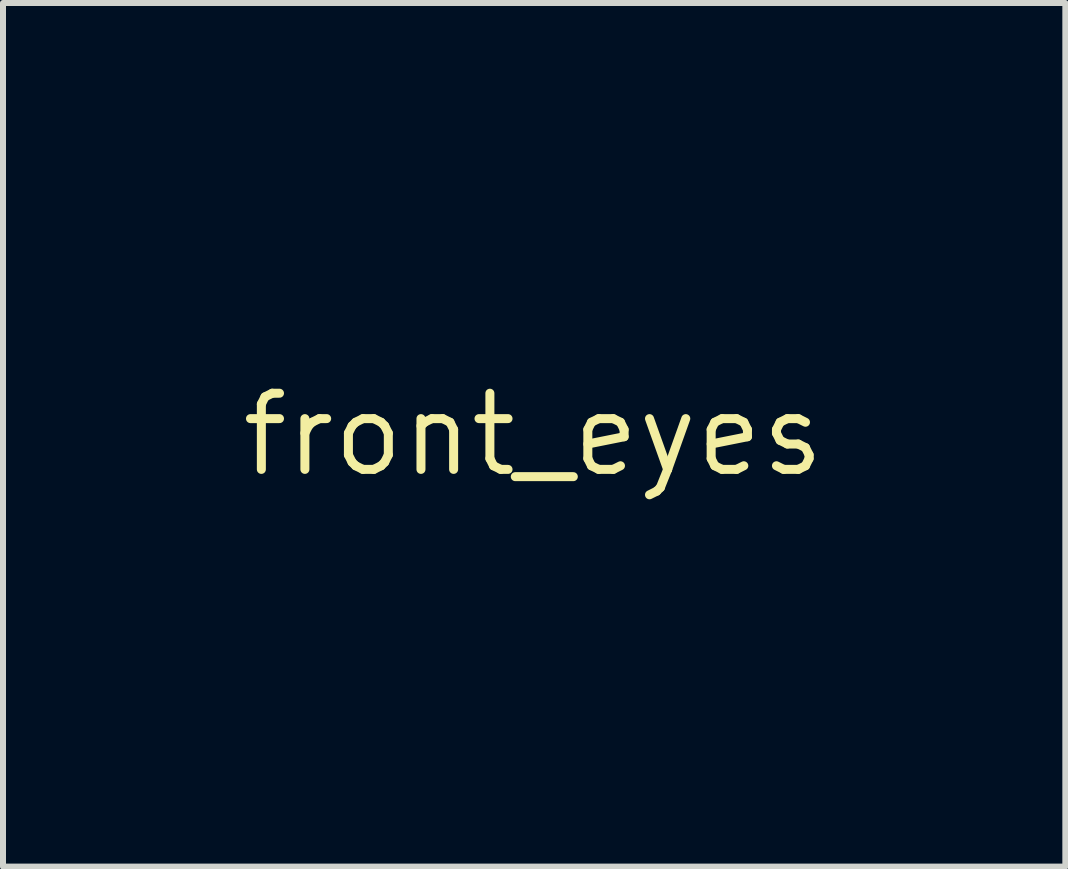
<source format=kicad_pcb>
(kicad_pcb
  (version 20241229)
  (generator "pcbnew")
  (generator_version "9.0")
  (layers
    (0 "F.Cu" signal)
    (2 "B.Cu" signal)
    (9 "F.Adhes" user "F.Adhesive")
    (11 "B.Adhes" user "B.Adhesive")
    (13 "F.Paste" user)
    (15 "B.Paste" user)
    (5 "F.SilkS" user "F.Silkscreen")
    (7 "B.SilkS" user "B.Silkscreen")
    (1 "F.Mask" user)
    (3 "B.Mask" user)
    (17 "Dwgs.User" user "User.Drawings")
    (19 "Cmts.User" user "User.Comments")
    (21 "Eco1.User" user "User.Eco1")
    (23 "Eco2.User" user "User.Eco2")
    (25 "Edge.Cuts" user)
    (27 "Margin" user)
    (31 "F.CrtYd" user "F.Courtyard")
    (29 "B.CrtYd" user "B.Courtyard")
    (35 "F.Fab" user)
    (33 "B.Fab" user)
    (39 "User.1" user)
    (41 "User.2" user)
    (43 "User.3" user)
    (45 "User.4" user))
  (footprint "front_eyes"
    (layer "F.Cu")
    (at 5.843 4.196)
    (property "Reference" "front_eyes" (at 0 0 0) (layer "F.SilkS") (effects (font (size 1.27 1.27) (thickness 0.15))))
    (attr through_hole)
    (fp_poly (pts (xy 0.105 0.442) (xy 0.194 0.5) (xy 0.293 0.596) (xy 0.403 0.732) (xy 0.523 0.906) (xy 0.654 1.121) (xy 0.796 1.375) (xy 0.95 1.67) (xy 1.019 1.808) (xy 1.166 2.116) (xy 1.294 2.407) (xy 1.401 2.678) (xy 1.487 2.925) (xy 1.551 3.146) (xy 1.591 3.338) (xy 1.602 3.431) (xy 1.607 3.517) (xy 1.6 3.583) (xy 1.578 3.649) (xy 1.56 3.689) (xy 1.513 3.774) (xy 1.452 3.862) (xy 1.418 3.903) (xy 1.329 3.987) (xy 1.225 4.064) (xy 1.118 4.128) (xy 1.019 4.171) (xy 0.955 4.187) (xy 0.86 4.197) (xy 0.562 3.888) (xy 0.43 3.751) (xy 0.323 3.643) (xy 0.235 3.562) (xy 0.163 3.508) (xy 0.1 3.48) (xy 0.043 3.475) (xy -0.014 3.494) (xy -0.075 3.534) (xy -0.146 3.595) (xy -0.232 3.675) (xy -0.246 3.688) (xy -0.405 3.835) (xy -0.538 3.954) (xy -0.648 4.045) (xy -0.738 4.113) (xy -0.812 4.158) (xy -0.872 4.183) (xy -0.921 4.191) (xy -0.972 4.182) (xy -1.046 4.157) (xy -1.129 4.121) (xy -1.144 4.113) (xy -1.275 4.037) (xy -1.388 3.948) (xy -1.476 3.854) (xy -1.533 3.762) (xy -1.545 3.727) (xy -1.56 3.636) (xy -1.568 3.518) (xy -1.567 3.386) (xy -1.559 3.254) (xy -1.546 3.151) (xy -1.482 2.872) (xy -1.388 2.575) (xy -1.265 2.263) (xy -1.117 1.945) (xy -0.946 1.624) (xy -0.756 1.308) (xy -0.548 1.001) (xy -0.432 0.846) (xy -0.306 0.688) (xy -0.196 0.567) (xy -0.104 0.484) (xy -0.027 0.436) (xy 0.026 0.423) (xy 0.105 0.442)) (stroke (width 0.01) (type solid)) (fill yes) (layer "F.Mask"))
    (fp_poly (pts (xy 2.141 -4.185) (xy 2.262 -4.167) (xy 2.394 -4.134) (xy 2.545 -4.084) (xy 2.721 -4.017) (xy 2.873 -3.953) (xy 3.228 -3.8) (xy 3.493 -3.801) (xy 3.606 -3.802) (xy 3.748 -3.803) (xy 3.904 -3.806) (xy 4.06 -3.809) (xy 4.149 -3.811) (xy 4.54 -3.821) (xy 4.72 -3.734) (xy 4.861 -3.659) (xy 4.984 -3.577) (xy 5.093 -3.482) (xy 5.193 -3.369) (xy 5.29 -3.232) (xy 5.388 -3.066) (xy 5.491 -2.868) (xy 5.609 -2.618) (xy 5.702 -2.393) (xy 5.771 -2.185) (xy 5.82 -1.985) (xy 5.849 -1.787) (xy 5.862 -1.582) (xy 5.863 -1.506) (xy 5.861 -1.366) (xy 5.852 -1.231) (xy 5.837 -1.093) (xy 5.813 -0.943) (xy 5.779 -0.773) (xy 5.735 -0.574) (xy 5.715 -0.489) (xy 5.667 -0.277) (xy 5.626 -0.085) (xy 5.593 0.095) (xy 5.566 0.273) (xy 5.543 0.46) (xy 5.522 0.663) (xy 5.503 0.895) (xy 5.493 1.037) (xy 5.478 1.232) (xy 5.465 1.391) (xy 5.45 1.517) (xy 5.433 1.616) (xy 5.413 1.693) (xy 5.387 1.753) (xy 5.355 1.802) (xy 5.316 1.845) (xy 5.267 1.886) (xy 5.257 1.893) (xy 5.196 1.935) (xy 5.139 1.959) (xy 5.077 1.964) (xy 5 1.952) (xy 4.898 1.923) (xy 4.852 1.908) (xy 4.754 1.87) (xy 4.668 1.823) (xy 4.592 1.764) (xy 4.522 1.687) (xy 4.456 1.589) (xy 4.389 1.465) (xy 4.32 1.31) (xy 4.244 1.12) (xy 4.212 1.037) (xy 4.118 0.798) (xy 4.029 0.598) (xy 3.945 0.434) (xy 3.863 0.304) (xy 3.784 0.204) (xy 3.769 0.189) (xy 3.684 0.114) (xy 3.596 0.057) (xy 3.497 0.018) (xy 3.381 -0.006) (xy 3.242 -0.016) (xy 3.074 -0.012) (xy 2.915 -0.001) (xy 2.782 0.01) (xy 2.677 0.015) (xy 2.591 0.011) (xy 2.518 -0.004) (xy 2.448 -0.033) (xy 2.375 -0.079) (xy 2.289 -0.146) (xy 2.184 -0.236) (xy 2.115 -0.296) (xy 2.054 -0.349) (xy 2.021 -0.9) (xy 2.005 -1.155) (xy 1.989 -1.374) (xy 1.973 -1.564) (xy 1.956 -1.729) (xy 1.936 -1.877) (xy 1.913 -2.013) (xy 1.885 -2.144) (xy 1.852 -2.276) (xy 1.812 -2.415) (xy 1.765 -2.567) (xy 1.735 -2.659) (xy 1.656 -2.908) (xy 1.593 -3.122) (xy 1.547 -3.305) (xy 1.515 -3.461) (xy 1.499 -3.594) (xy 1.496 -3.708) (xy 1.507 -3.807) (xy 1.532 -3.894) (xy 1.554 -3.946) (xy 1.616 -4.046) (xy 1.692 -4.118) (xy 1.789 -4.163) (xy 1.914 -4.186) (xy 2.026 -4.191) (xy 2.141 -4.185)) (stroke (width 0.01) (type solid)) (fill yes) (layer "F.Mask"))
    (fp_poly (pts (xy -1.918 -4.16) (xy -1.778 -4.112) (xy -1.666 -4.033) (xy -1.582 -3.925) (xy -1.529 -3.789) (xy -1.505 -3.626) (xy -1.513 -3.437) (xy -1.535 -3.302) (xy -1.552 -3.226) (xy -1.581 -3.12) (xy -1.618 -2.992) (xy -1.661 -2.852) (xy -1.706 -2.709) (xy -1.716 -2.678) (xy -1.774 -2.499) (xy -1.82 -2.353) (xy -1.856 -2.23) (xy -1.884 -2.124) (xy -1.904 -2.025) (xy -1.919 -1.927) (xy -1.929 -1.82) (xy -1.937 -1.697) (xy -1.943 -1.549) (xy -1.948 -1.425) (xy -1.958 -1.177) (xy -1.972 -0.966) (xy -1.989 -0.789) (xy -2.011 -0.64) (xy -2.039 -0.516) (xy -2.075 -0.411) (xy -2.119 -0.32) (xy -2.172 -0.241) (xy -2.237 -0.167) (xy -2.282 -0.122) (xy -2.343 -0.069) (xy -2.402 -0.031) (xy -2.466 -0.005) (xy -2.543 0.01) (xy -2.641 0.015) (xy -2.768 0.012) (xy -2.881 0.006) (xy -3.093 -0.003) (xy -3.269 -0.002) (xy -3.415 0.011) (xy -3.537 0.037) (xy -3.64 0.077) (xy -3.73 0.133) (xy -3.813 0.206) (xy -3.837 0.231) (xy -3.899 0.303) (xy -3.955 0.38) (xy -4.008 0.47) (xy -4.064 0.579) (xy -4.125 0.713) (xy -4.194 0.881) (xy -4.202 0.9) (xy -4.301 1.134) (xy -4.399 1.34) (xy -4.494 1.518) (xy -4.584 1.663) (xy -4.667 1.774) (xy -4.743 1.848) (xy -4.778 1.87) (xy -4.855 1.895) (xy -4.956 1.91) (xy -5.067 1.914) (xy -5.172 1.904) (xy -5.173 1.904) (xy -5.279 1.868) (xy -5.362 1.802) (xy -5.415 1.713) (xy -5.417 1.706) (xy -5.435 1.633) (xy -5.451 1.53) (xy -5.465 1.41) (xy -5.476 1.284) (xy -5.482 1.165) (xy -5.482 1.119) (xy -5.488 0.919) (xy -5.506 0.704) (xy -5.537 0.469) (xy -5.583 0.209) (xy -5.642 -0.082) (xy -5.683 -0.265) (xy -5.733 -0.484) (xy -5.771 -0.672) (xy -5.8 -0.836) (xy -5.82 -0.985) (xy -5.833 -1.128) (xy -5.838 -1.273) (xy -5.838 -1.429) (xy -5.836 -1.535) (xy -5.828 -1.719) (xy -5.817 -1.873) (xy -5.799 -2.009) (xy -5.774 -2.139) (xy -5.738 -2.275) (xy -5.7 -2.402) (xy -5.593 -2.692) (xy -5.465 -2.957) (xy -5.317 -3.194) (xy -5.153 -3.395) (xy -5.124 -3.426) (xy -5.054 -3.49) (xy -4.962 -3.566) (xy -4.859 -3.644) (xy -4.773 -3.704) (xy -4.548 -3.855) (xy -3.974 -3.818) (xy -3.778 -3.806) (xy -3.617 -3.798) (xy -3.485 -3.794) (xy -3.376 -3.797) (xy -3.283 -3.805) (xy -3.199 -3.821) (xy -3.118 -3.845) (xy -3.033 -3.877) (xy -2.938 -3.919) (xy -2.862 -3.955) (xy -2.662 -4.044) (xy -2.488 -4.108) (xy -2.331 -4.15) (xy -2.184 -4.172) (xy -2.085 -4.176) (xy -1.918 -4.16)) (stroke (width 0.01) (type solid)) (fill yes) (layer "F.Mask"))
    (fp_poly (pts (xy 0.105 0.442) (xy 0.194 0.5) (xy 0.293 0.596) (xy 0.403 0.732) (xy 0.523 0.906) (xy 0.654 1.121) (xy 0.796 1.375) (xy 0.95 1.67) (xy 1.019 1.808) (xy 1.166 2.116) (xy 1.294 2.407) (xy 1.401 2.678) (xy 1.487 2.925) (xy 1.551 3.146) (xy 1.591 3.338) (xy 1.602 3.431) (xy 1.607 3.517) (xy 1.6 3.583) (xy 1.578 3.649) (xy 1.56 3.689) (xy 1.513 3.774) (xy 1.452 3.862) (xy 1.418 3.903) (xy 1.329 3.987) (xy 1.225 4.064) (xy 1.118 4.128) (xy 1.019 4.171) (xy 0.955 4.187) (xy 0.86 4.197) (xy 0.562 3.888) (xy 0.43 3.751) (xy 0.323 3.643) (xy 0.235 3.562) (xy 0.163 3.508) (xy 0.1 3.48) (xy 0.043 3.475) (xy -0.014 3.494) (xy -0.075 3.534) (xy -0.146 3.595) (xy -0.232 3.675) (xy -0.246 3.688) (xy -0.405 3.835) (xy -0.538 3.954) (xy -0.648 4.045) (xy -0.738 4.113) (xy -0.812 4.158) (xy -0.872 4.183) (xy -0.921 4.191) (xy -0.972 4.182) (xy -1.046 4.157) (xy -1.129 4.121) (xy -1.144 4.113) (xy -1.275 4.037) (xy -1.388 3.948) (xy -1.476 3.854) (xy -1.533 3.762) (xy -1.545 3.727) (xy -1.56 3.636) (xy -1.568 3.518) (xy -1.567 3.386) (xy -1.559 3.254) (xy -1.546 3.151) (xy -1.482 2.872) (xy -1.388 2.575) (xy -1.265 2.263) (xy -1.117 1.945) (xy -0.946 1.624) (xy -0.756 1.308) (xy -0.548 1.001) (xy -0.432 0.846) (xy -0.306 0.688) (xy -0.196 0.567) (xy -0.104 0.484) (xy -0.027 0.436) (xy 0.026 0.423) (xy 0.105 0.442)) (stroke (width 0.01) (type solid)) (fill yes) (layer "B.Mask"))
    (fp_poly (pts (xy 2.141 -4.185) (xy 2.262 -4.167) (xy 2.394 -4.134) (xy 2.545 -4.084) (xy 2.721 -4.017) (xy 2.873 -3.953) (xy 3.228 -3.8) (xy 3.493 -3.801) (xy 3.606 -3.802) (xy 3.748 -3.803) (xy 3.904 -3.806) (xy 4.06 -3.809) (xy 4.149 -3.811) (xy 4.54 -3.821) (xy 4.72 -3.734) (xy 4.861 -3.659) (xy 4.984 -3.577) (xy 5.093 -3.482) (xy 5.193 -3.369) (xy 5.29 -3.232) (xy 5.388 -3.066) (xy 5.491 -2.868) (xy 5.609 -2.618) (xy 5.702 -2.393) (xy 5.771 -2.185) (xy 5.82 -1.985) (xy 5.849 -1.787) (xy 5.862 -1.582) (xy 5.863 -1.506) (xy 5.861 -1.366) (xy 5.852 -1.231) (xy 5.837 -1.093) (xy 5.813 -0.943) (xy 5.779 -0.773) (xy 5.735 -0.574) (xy 5.715 -0.489) (xy 5.667 -0.277) (xy 5.626 -0.085) (xy 5.593 0.095) (xy 5.566 0.273) (xy 5.543 0.46) (xy 5.522 0.663) (xy 5.503 0.895) (xy 5.493 1.037) (xy 5.478 1.232) (xy 5.465 1.391) (xy 5.45 1.517) (xy 5.433 1.616) (xy 5.413 1.693) (xy 5.387 1.753) (xy 5.355 1.802) (xy 5.316 1.845) (xy 5.267 1.886) (xy 5.257 1.893) (xy 5.196 1.935) (xy 5.139 1.959) (xy 5.077 1.964) (xy 5 1.952) (xy 4.898 1.923) (xy 4.852 1.908) (xy 4.754 1.87) (xy 4.668 1.823) (xy 4.592 1.764) (xy 4.522 1.687) (xy 4.456 1.589) (xy 4.389 1.465) (xy 4.32 1.31) (xy 4.244 1.12) (xy 4.212 1.037) (xy 4.118 0.798) (xy 4.029 0.598) (xy 3.945 0.434) (xy 3.863 0.304) (xy 3.784 0.204) (xy 3.769 0.189) (xy 3.684 0.114) (xy 3.596 0.057) (xy 3.497 0.018) (xy 3.381 -0.006) (xy 3.242 -0.016) (xy 3.074 -0.012) (xy 2.915 -0.001) (xy 2.782 0.01) (xy 2.677 0.015) (xy 2.591 0.011) (xy 2.518 -0.004) (xy 2.448 -0.033) (xy 2.375 -0.079) (xy 2.289 -0.146) (xy 2.184 -0.236) (xy 2.115 -0.296) (xy 2.054 -0.349) (xy 2.021 -0.9) (xy 2.005 -1.155) (xy 1.989 -1.374) (xy 1.973 -1.564) (xy 1.956 -1.729) (xy 1.936 -1.877) (xy 1.913 -2.013) (xy 1.885 -2.144) (xy 1.852 -2.276) (xy 1.812 -2.415) (xy 1.765 -2.567) (xy 1.735 -2.659) (xy 1.656 -2.908) (xy 1.593 -3.122) (xy 1.547 -3.305) (xy 1.515 -3.461) (xy 1.499 -3.594) (xy 1.496 -3.708) (xy 1.507 -3.807) (xy 1.532 -3.894) (xy 1.554 -3.946) (xy 1.616 -4.046) (xy 1.692 -4.118) (xy 1.789 -4.163) (xy 1.914 -4.186) (xy 2.026 -4.191) (xy 2.141 -4.185)) (stroke (width 0.01) (type solid)) (fill yes) (layer "B.Mask"))
    (fp_poly (pts (xy -1.918 -4.16) (xy -1.778 -4.112) (xy -1.666 -4.033) (xy -1.582 -3.925) (xy -1.529 -3.789) (xy -1.505 -3.626) (xy -1.513 -3.437) (xy -1.535 -3.302) (xy -1.552 -3.226) (xy -1.581 -3.12) (xy -1.618 -2.992) (xy -1.661 -2.852) (xy -1.706 -2.709) (xy -1.716 -2.678) (xy -1.774 -2.499) (xy -1.82 -2.353) (xy -1.856 -2.23) (xy -1.884 -2.124) (xy -1.904 -2.025) (xy -1.919 -1.927) (xy -1.929 -1.82) (xy -1.937 -1.697) (xy -1.943 -1.549) (xy -1.948 -1.425) (xy -1.958 -1.177) (xy -1.972 -0.966) (xy -1.989 -0.789) (xy -2.011 -0.64) (xy -2.039 -0.516) (xy -2.075 -0.411) (xy -2.119 -0.32) (xy -2.172 -0.241) (xy -2.237 -0.167) (xy -2.282 -0.122) (xy -2.343 -0.069) (xy -2.402 -0.031) (xy -2.466 -0.005) (xy -2.543 0.01) (xy -2.641 0.015) (xy -2.768 0.012) (xy -2.881 0.006) (xy -3.093 -0.003) (xy -3.269 -0.002) (xy -3.415 0.011) (xy -3.537 0.037) (xy -3.64 0.077) (xy -3.73 0.133) (xy -3.813 0.206) (xy -3.837 0.231) (xy -3.899 0.303) (xy -3.955 0.38) (xy -4.008 0.47) (xy -4.064 0.579) (xy -4.125 0.713) (xy -4.194 0.881) (xy -4.202 0.9) (xy -4.301 1.134) (xy -4.399 1.34) (xy -4.494 1.518) (xy -4.584 1.663) (xy -4.667 1.774) (xy -4.743 1.848) (xy -4.778 1.87) (xy -4.855 1.895) (xy -4.956 1.91) (xy -5.067 1.914) (xy -5.172 1.904) (xy -5.173 1.904) (xy -5.279 1.868) (xy -5.362 1.802) (xy -5.415 1.713) (xy -5.417 1.706) (xy -5.435 1.633) (xy -5.451 1.53) (xy -5.465 1.41) (xy -5.476 1.284) (xy -5.482 1.165) (xy -5.482 1.119) (xy -5.488 0.919) (xy -5.506 0.704) (xy -5.537 0.469) (xy -5.583 0.209) (xy -5.642 -0.082) (xy -5.683 -0.265) (xy -5.733 -0.484) (xy -5.771 -0.672) (xy -5.8 -0.836) (xy -5.82 -0.985) (xy -5.833 -1.128) (xy -5.838 -1.273) (xy -5.838 -1.429) (xy -5.836 -1.535) (xy -5.828 -1.719) (xy -5.817 -1.873) (xy -5.799 -2.009) (xy -5.774 -2.139) (xy -5.738 -2.275) (xy -5.7 -2.402) (xy -5.593 -2.692) (xy -5.465 -2.957) (xy -5.317 -3.194) (xy -5.153 -3.395) (xy -5.124 -3.426) (xy -5.054 -3.49) (xy -4.962 -3.566) (xy -4.859 -3.644) (xy -4.773 -3.704) (xy -4.548 -3.855) (xy -3.974 -3.818) (xy -3.778 -3.806) (xy -3.617 -3.798) (xy -3.485 -3.794) (xy -3.376 -3.797) (xy -3.283 -3.805) (xy -3.199 -3.821) (xy -3.118 -3.845) (xy -3.033 -3.877) (xy -2.938 -3.919) (xy -2.862 -3.955) (xy -2.662 -4.044) (xy -2.488 -4.108) (xy -2.331 -4.15) (xy -2.184 -4.172) (xy -2.085 -4.176) (xy -1.918 -4.16)) (stroke (width 0.01) (type solid)) (fill yes) (layer "B.Mask")))
  (gr_rect
    (start -3 -3)
    (end 14.711 11.398)
    (stroke (width 0.1) (type default))
    (fill no)
    (layer "Edge.Cuts")))
</source>
